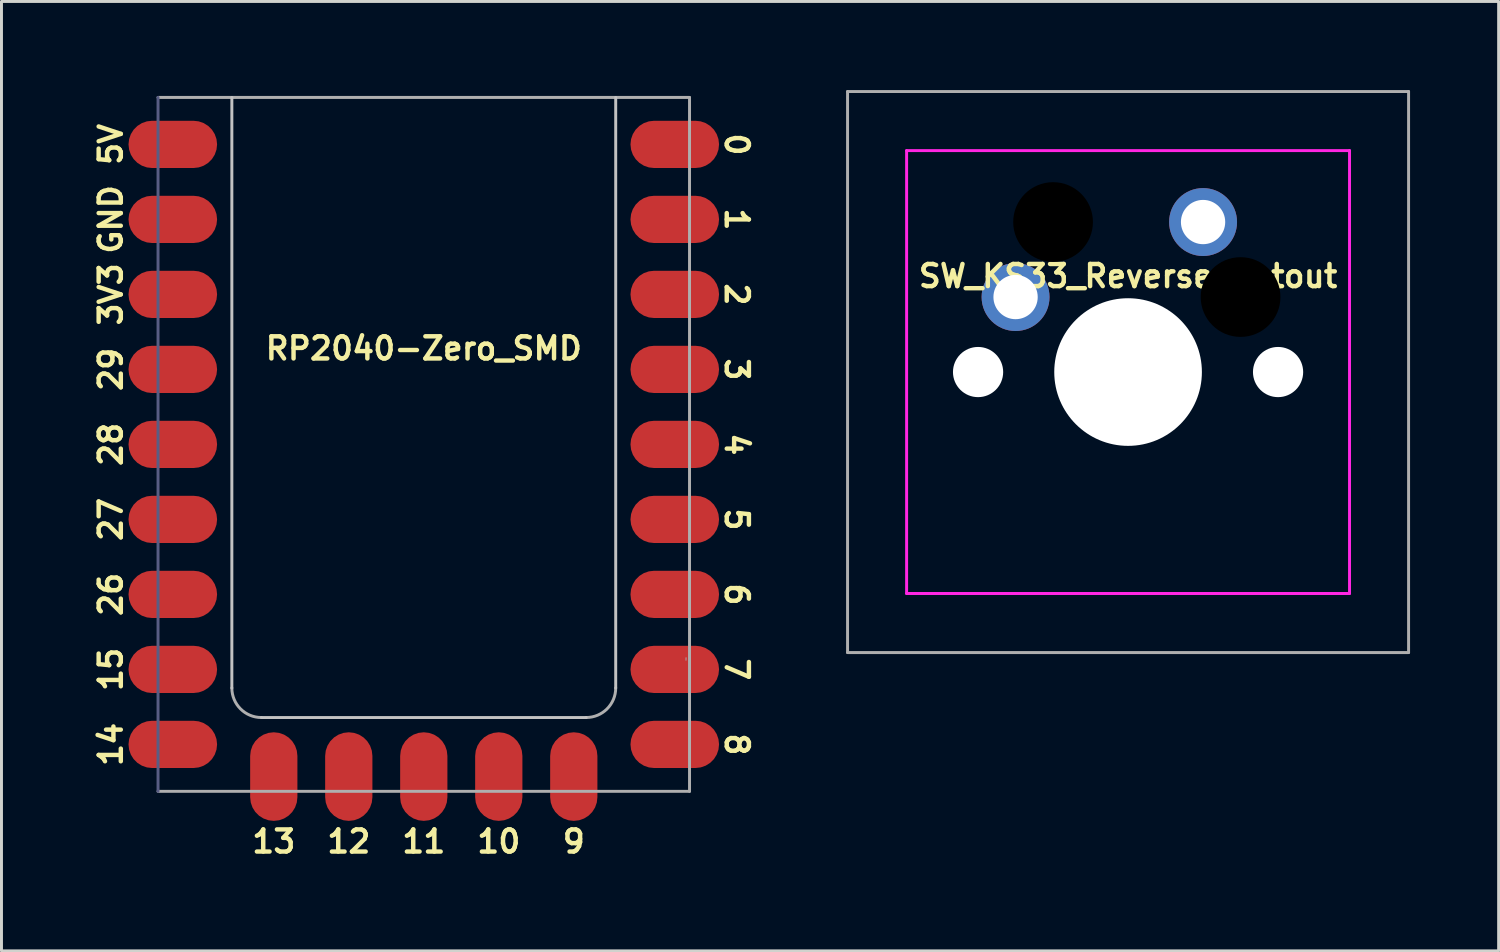
<source format=kicad_pcb>
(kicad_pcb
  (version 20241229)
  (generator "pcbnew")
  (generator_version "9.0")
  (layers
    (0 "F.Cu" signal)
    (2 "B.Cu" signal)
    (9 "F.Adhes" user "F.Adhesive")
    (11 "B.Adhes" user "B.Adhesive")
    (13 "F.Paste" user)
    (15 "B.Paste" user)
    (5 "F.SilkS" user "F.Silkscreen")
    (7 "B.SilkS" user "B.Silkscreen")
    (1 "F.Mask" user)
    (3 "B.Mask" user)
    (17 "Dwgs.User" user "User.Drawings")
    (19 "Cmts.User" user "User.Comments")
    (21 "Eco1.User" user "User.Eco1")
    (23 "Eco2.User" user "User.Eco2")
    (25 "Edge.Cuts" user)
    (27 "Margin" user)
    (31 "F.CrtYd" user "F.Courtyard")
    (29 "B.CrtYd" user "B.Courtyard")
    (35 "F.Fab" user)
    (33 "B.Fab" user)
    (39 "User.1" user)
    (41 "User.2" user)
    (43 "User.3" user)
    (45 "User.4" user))
  (footprint "SW_KS33_Reverse_Cutout"
    (layer "F.Cu")
    (at 35.154 9.55)
    (property "Reference" "SW_KS33_Reverse_Cutout" (at 0 -3.25 0) (layer "F.SilkS") (effects (font (size 0.75 0.75) (thickness 0.15))))
    (attr through_hole)
    (fp_line (start -7.5 7.5) (end -7.5 -7.5) (stroke (width 0.1) (type solid)) (layer "F.CrtYd"))
    (fp_line (start -7.5 7.5) (end 7.5 7.5) (stroke (width 0.1) (type solid)) (layer "F.CrtYd"))
    (fp_line (start 7.5 -7.5) (end -7.5 -7.5) (stroke (width 0.1) (type solid)) (layer "F.CrtYd"))
    (fp_line (start 7.5 -7.5) (end 7.5 7.5) (stroke (width 0.1) (type solid)) (layer "F.CrtYd"))
    (fp_line (start -9.5 -9.5) (end 9.5 -9.5) (stroke (width 0.1) (type solid)) (layer "F.Fab"))
    (fp_line (start -9.5 9.5) (end -9.5 -9.5) (stroke (width 0.1) (type solid)) (layer "F.Fab"))
    (fp_line (start -9.5 9.5) (end 9.5 9.5) (stroke (width 0.1) (type solid)) (layer "F.Fab"))
    (fp_line (start 9.5 9.5) (end 9.5 -9.5) (stroke (width 0.1) (type solid)) (layer "F.Fab"))
    (pad "" np_thru_hole circle (at -5.08 0) (size 1.7 1.7) (drill 1.7) (layers "*.Cu" "*.Mask"))
    (pad "" np_thru_hole circle (at -2.54 -5.08 180) (size 2.7 2.7) (drill 2.7) (layers "*.Mask"))
    (pad "" np_thru_hole circle (at 0 0 180) (size 5 5) (drill 5) (layers "*.Cu" "*.Mask"))
    (pad "" np_thru_hole circle (at 3.81 -2.54 180) (size 2.7 2.7) (drill 2.7) (layers "*.Mask"))
    (pad "" np_thru_hole circle (at 5.08 0) (size 1.7 1.7) (drill 1.7) (layers "*.Cu" "*.Mask"))
    (pad "1" thru_hole circle (at -3.81 -2.54) (size 2.3 2.3) (drill 1.5) (layers "*.Cu" "*.Mask"))
    (pad "2" thru_hole circle (at 2.54 -5.08) (size 2.3 2.3) (drill 1.5) (layers "*.Cu" "*.Mask")))
  (footprint "RP2040-Zero_SMD"
    (layer "F.Cu")
    (at 11.302 0.25)
    (property "Reference" "RP2040-Zero_SMD" (at 0 8.5 0) (layer "F.SilkS") (effects (font (size 0.75 0.75) (thickness 0.15))))
    (attr smd)
    (fp_line (start -6.5 0) (end -6.5 20) (stroke (width 0.1) (type solid)) (layer "Dwgs.User"))
    (fp_line (start -5.5 21) (end 5.5 21) (stroke (width 0.1) (type solid)) (layer "Dwgs.User"))
    (fp_line (start 6.5 0) (end 6.5 20) (stroke (width 0.1) (type solid)) (layer "Dwgs.User"))
    (fp_line (start -9 0) (end -9 23.5) (stroke (width 0.1) (type solid)) (layer "B.Fab"))
    (fp_line (start -9 23.5) (end 9 23.5) (stroke (width 0.1) (type solid)) (layer "F.Fab"))
    (fp_line (start 8.88 19.066) (end 8.881 19.017) (stroke (width 0.025) (type solid)) (layer "F.Fab"))
    (fp_line (start 8.881 19.017) (end 8.882 18.968) (stroke (width 0.025) (type solid)) (layer "F.Fab"))
    (fp_line (start 9 0) (end -9 0) (stroke (width 0.1) (type solid)) (layer "F.Fab"))
    (fp_line (start 9 0) (end 9 23.5) (stroke (width 0.1) (type solid)) (layer "F.Fab"))
    (fp_arc (start -5.5 21) (mid -6.207107 20.707107) (end -6.5 20) (stroke (width 0.1) (type default)) (layer "F.Fab"))
    (fp_arc (start 6.5 20) (mid 6.207107 20.707107) (end 5.5 21) (stroke (width 0.1) (type default)) (layer "F.Fab"))
    (fp_text user "29" (at -10.6 9.21 90) (unlocked yes) (layer "F.SilkS") (effects (font (size 0.75 0.75) (thickness 0.15))))
    (fp_text user "14" (at -10.6 21.91 90) (unlocked yes) (layer "F.SilkS") (effects (font (size 0.75 0.75) (thickness 0.15))))
    (fp_text user "0" (at 10.6 1.59 270) (unlocked yes) (layer "F.SilkS") (effects (font (size 0.75 0.75) (thickness 0.15))))
    (fp_text user "3V3" (at -10.6 6.67 90) (unlocked yes) (layer "F.SilkS") (effects (font (size 0.75 0.75) (thickness 0.15))))
    (fp_text user "11" (at 0 25.2 0) (unlocked yes) (layer "F.SilkS") (effects (font (size 0.75 0.75) (thickness 0.15))))
    (fp_text user "7" (at 10.6 19.37 270) (unlocked yes) (layer "F.SilkS") (effects (font (size 0.75 0.75) (thickness 0.15))))
    (fp_text user "6" (at 10.6 16.83 270) (unlocked yes) (layer "F.SilkS") (effects (font (size 0.75 0.75) (thickness 0.15))))
    (fp_text user "28" (at -10.6 11.75 90) (unlocked yes) (layer "F.SilkS") (effects (font (size 0.75 0.75) (thickness 0.15))))
    (fp_text user "5V" (at -10.6 1.59 90) (unlocked yes) (layer "F.SilkS") (effects (font (size 0.75 0.75) (thickness 0.15))))
    (fp_text user "3" (at 10.6 9.21 270) (unlocked yes) (layer "F.SilkS") (effects (font (size 0.75 0.75) (thickness 0.15))))
    (fp_text user "12" (at -2.54 25.2 0) (unlocked yes) (layer "F.SilkS") (effects (font (size 0.75 0.75) (thickness 0.15))))
    (fp_text user "27" (at -10.6 14.29 90) (unlocked yes) (layer "F.SilkS") (effects (font (size 0.75 0.75) (thickness 0.15))))
    (fp_text user "1" (at 10.6 4.13 270) (unlocked yes) (layer "F.SilkS") (effects (font (size 0.75 0.75) (thickness 0.15))))
    (fp_text user "10" (at 2.54 25.2 0) (unlocked yes) (layer "F.SilkS") (effects (font (size 0.75 0.75) (thickness 0.15))))
    (fp_text user "13" (at -5.08 25.2 0) (unlocked yes) (layer "F.SilkS") (effects (font (size 0.75 0.75) (thickness 0.15))))
    (fp_text user "8" (at 10.6 21.91 270) (unlocked yes) (layer "F.SilkS") (effects (font (size 0.75 0.75) (thickness 0.15))))
    (fp_text user "GND" (at -10.6 4.13 90) (unlocked yes) (layer "F.SilkS") (effects (font (size 0.75 0.75) (thickness 0.15))))
    (fp_text user "26" (at -10.6 16.83 90) (unlocked yes) (layer "F.SilkS") (effects (font (size 0.75 0.75) (thickness 0.15))))
    (fp_text user "4" (at 10.6 11.75 270) (unlocked yes) (layer "F.SilkS") (effects (font (size 0.75 0.75) (thickness 0.15))))
    (fp_text user "9" (at 5.08 25.2 0) (unlocked yes) (layer "F.SilkS") (effects (font (size 0.75 0.75) (thickness 0.15))))
    (fp_text user "5" (at 10.6 14.29 270) (unlocked yes) (layer "F.SilkS") (effects (font (size 0.75 0.75) (thickness 0.15))))
    (fp_text user "2" (at 10.6 6.67 270) (unlocked yes) (layer "F.SilkS") (effects (font (size 0.75 0.75) (thickness 0.15))))
    (fp_text user "15" (at -10.6 19.37 90) (unlocked yes) (layer "F.SilkS") (effects (font (size 0.75 0.75) (thickness 0.15))))
    (pad "1" smd roundrect (at 8.5 1.59) (size 3 1.6) (layers "F.Cu" "F.Mask" "F.Paste") (roundrect_rratio 0.5))
    (pad "2" smd roundrect (at 8.5 4.13) (size 3 1.6) (layers "F.Cu" "F.Mask" "F.Paste") (roundrect_rratio 0.5))
    (pad "3" smd roundrect (at 8.5 6.67) (size 3 1.6) (layers "F.Cu" "F.Mask" "F.Paste") (roundrect_rratio 0.5))
    (pad "4" smd roundrect (at 8.5 9.21) (size 3 1.6) (layers "F.Cu" "F.Mask" "F.Paste") (roundrect_rratio 0.5))
    (pad "5" smd roundrect (at 8.5 11.75) (size 3 1.6) (layers "F.Cu" "F.Mask" "F.Paste") (roundrect_rratio 0.5))
    (pad "6" smd roundrect (at 8.5 14.29) (size 3 1.6) (layers "F.Cu" "F.Mask" "F.Paste") (roundrect_rratio 0.5))
    (pad "7" smd roundrect (at 8.5 16.83) (size 3 1.6) (layers "F.Cu" "F.Mask" "F.Paste") (roundrect_rratio 0.5))
    (pad "8" smd roundrect (at 8.5 19.37) (size 3 1.6) (layers "F.Cu" "F.Mask" "F.Paste") (roundrect_rratio 0.5))
    (pad "9" smd roundrect (at 8.5 21.91) (size 3 1.6) (layers "F.Cu" "F.Mask" "F.Paste") (roundrect_rratio 0.5))
    (pad "10" smd roundrect (at 5.08 23 90) (size 3 1.6) (layers "F.Cu" "F.Mask" "F.Paste") (roundrect_rratio 0.5))
    (pad "11" smd roundrect (at 2.54 23 90) (size 3 1.6) (layers "F.Cu" "F.Mask" "F.Paste") (roundrect_rratio 0.5))
    (pad "12" smd roundrect (at 0 23 90) (size 3 1.6) (layers "F.Cu" "F.Mask" "F.Paste") (roundrect_rratio 0.5))
    (pad "13" smd roundrect (at -2.54 23 90) (size 3 1.6) (layers "F.Cu" "F.Mask" "F.Paste") (roundrect_rratio 0.5))
    (pad "14" smd roundrect (at -5.08 23 90) (size 3 1.6) (layers "F.Cu" "F.Mask" "F.Paste") (roundrect_rratio 0.5))
    (pad "15" smd roundrect (at -8.5 21.91) (size 3 1.6) (layers "F.Cu" "F.Mask" "F.Paste") (roundrect_rratio 0.5))
    (pad "16" smd roundrect (at -8.5 19.37) (size 3 1.6) (layers "F.Cu" "F.Mask" "F.Paste") (roundrect_rratio 0.5))
    (pad "17" smd roundrect (at -8.5 16.83) (size 3 1.6) (layers "F.Cu" "F.Mask" "F.Paste") (roundrect_rratio 0.5))
    (pad "18" smd roundrect (at -8.5 14.29) (size 3 1.6) (layers "F.Cu" "F.Mask" "F.Paste") (roundrect_rratio 0.5))
    (pad "19" smd roundrect (at -8.5 11.75) (size 3 1.6) (layers "F.Cu" "F.Mask" "F.Paste") (roundrect_rratio 0.5))
    (pad "20" smd roundrect (at -8.5 9.21) (size 3 1.6) (layers "F.Cu" "F.Mask" "F.Paste") (roundrect_rratio 0.5))
    (pad "21" smd roundrect (at -8.5 6.67) (size 3 1.6) (layers "F.Cu" "F.Mask" "F.Paste") (roundrect_rratio 0.5))
    (pad "22" smd roundrect (at -8.5 4.13) (size 3 1.6) (layers "F.Cu" "F.Mask" "F.Paste") (roundrect_rratio 0.5))
    (pad "23" smd roundrect (at -8.5 1.59) (size 3 1.6) (layers "F.Cu" "F.Mask" "F.Paste") (roundrect_rratio 0.5)))
  (gr_rect
    (start -3 -3)
    (end 47.704 29.152)
    (stroke (width 0.1) (type default))
    (fill no)
    (layer "Edge.Cuts")))
</source>
